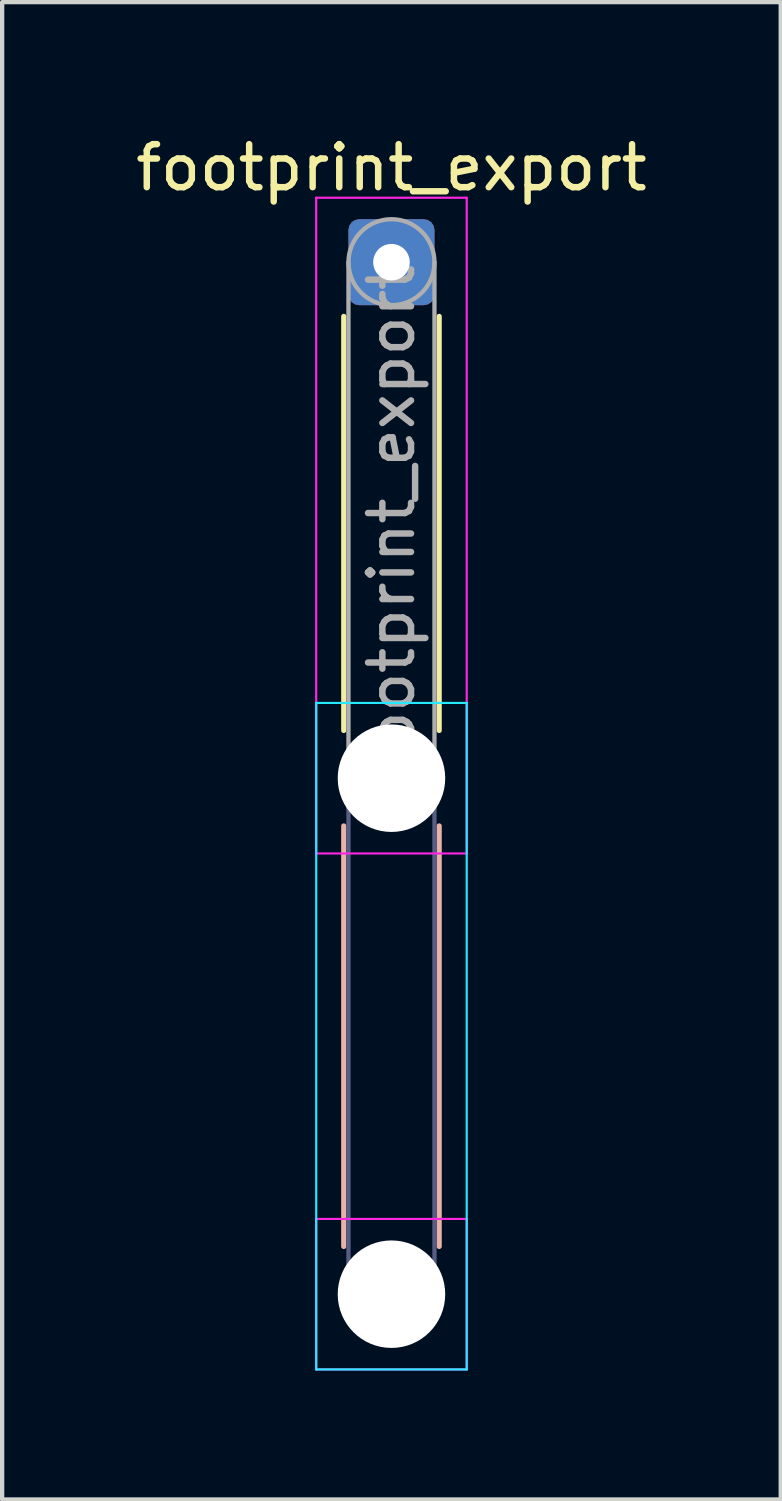
<source format=kicad_pcb>
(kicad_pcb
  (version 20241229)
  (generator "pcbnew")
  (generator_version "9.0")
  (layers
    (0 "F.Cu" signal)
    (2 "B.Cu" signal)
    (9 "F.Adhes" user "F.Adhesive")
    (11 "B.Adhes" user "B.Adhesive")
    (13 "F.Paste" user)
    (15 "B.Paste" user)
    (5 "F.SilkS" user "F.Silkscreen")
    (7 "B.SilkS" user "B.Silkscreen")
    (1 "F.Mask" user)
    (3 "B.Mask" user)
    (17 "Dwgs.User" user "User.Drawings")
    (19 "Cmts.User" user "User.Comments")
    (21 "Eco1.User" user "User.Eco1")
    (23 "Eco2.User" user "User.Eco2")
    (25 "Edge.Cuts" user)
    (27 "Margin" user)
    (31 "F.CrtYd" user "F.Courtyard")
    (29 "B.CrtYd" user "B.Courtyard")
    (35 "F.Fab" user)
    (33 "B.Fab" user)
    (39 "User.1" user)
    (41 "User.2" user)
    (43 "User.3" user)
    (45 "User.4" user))
  (footprint "footprint_export"
    (layer "F.Cu")
    (at 6.054 3.048)
    (property "Reference" "footprint_export" (at 0 -2.2 0) (layer "F.SilkS") (effects (font (size 1 1) (thickness 0.15))))
    (attr exclude_from_pos_files exclude_from_bom)
    (fp_line (start -1.11 1.26) (end -1.11 10.89) (stroke (width 0.12) (type solid)) (layer "F.SilkS"))
    (fp_line (start 1.11 1.26) (end 1.11 10.89) (stroke (width 0.12) (type solid)) (layer "F.SilkS"))
    (fp_line (start -1.11 13.11) (end -1.11 22.89) (stroke (width 0.12) (type solid)) (layer "B.SilkS"))
    (fp_line (start 1.11 13.11) (end 1.11 22.89) (stroke (width 0.12) (type solid)) (layer "B.SilkS"))
    (fp_line (start -1.75 10.25) (end -1.75 25.75) (stroke (width 0.05) (type solid)) (layer "B.CrtYd"))
    (fp_line (start -1.75 25.75) (end 1.75 25.75) (stroke (width 0.05) (type solid)) (layer "B.CrtYd"))
    (fp_line (start 1.75 10.25) (end -1.75 10.25) (stroke (width 0.05) (type solid)) (layer "B.CrtYd"))
    (fp_line (start 1.75 25.75) (end 1.75 10.25) (stroke (width 0.05) (type solid)) (layer "B.CrtYd"))
    (fp_line (start -1.75 -1.5) (end -1.75 13.75) (stroke (width 0.05) (type solid)) (layer "F.CrtYd"))
    (fp_line (start -1.75 13.75) (end 1.75 13.75) (stroke (width 0.05) (type solid)) (layer "F.CrtYd"))
    (fp_line (start -1.75 22.25) (end -1.75 25.75) (stroke (width 0.05) (type solid)) (layer "F.CrtYd"))
    (fp_line (start -1.75 25.75) (end 1.75 25.75) (stroke (width 0.05) (type solid)) (layer "F.CrtYd"))
    (fp_line (start 1.75 -1.5) (end -1.75 -1.5) (stroke (width 0.05) (type solid)) (layer "F.CrtYd"))
    (fp_line (start 1.75 13.75) (end 1.75 -1.5) (stroke (width 0.05) (type solid)) (layer "F.CrtYd"))
    (fp_line (start 1.75 22.25) (end -1.75 22.25) (stroke (width 0.05) (type solid)) (layer "F.CrtYd"))
    (fp_line (start 1.75 25.75) (end 1.75 22.25) (stroke (width 0.05) (type solid)) (layer "F.CrtYd"))
    (fp_line (start -1 12) (end -1 24) (stroke (width 0.1) (type solid)) (layer "B.Fab"))
    (fp_line (start 1 12) (end 1 24) (stroke (width 0.1) (type solid)) (layer "B.Fab"))
    (fp_circle (center 0 12) (end 1 12) (stroke (width 0.1) (type solid)) (fill no) (layer "B.Fab"))
    (fp_circle (center 0 24) (end 1 24) (stroke (width 0.1) (type solid)) (fill no) (layer "B.Fab"))
    (fp_line (start -1 0) (end -1 12) (stroke (width 0.1) (type solid)) (layer "F.Fab"))
    (fp_line (start 1 0) (end 1 12) (stroke (width 0.1) (type solid)) (layer "F.Fab"))
    (fp_circle (center 0 0) (end 1 0) (stroke (width 0.1) (type solid)) (fill no) (layer "F.Fab"))
    (fp_circle (center 0 12) (end 1 12) (stroke (width 0.1) (type solid)) (fill no) (layer "F.Fab"))
    (fp_circle (center 0 24) (end 1 24) (stroke (width 0.1) (type solid)) (fill no) (layer "F.Fab"))
    (fp_text user "${REFERENCE}" (at 0 6 90) (layer "F.Fab") (effects (font (size 1 1) (thickness 0.15))))
    (pad "" np_thru_hole circle (at 0 12) (size 2.5 2.5) (drill 2.5) (layers "*.Cu" "*.Mask"))
    (pad "" np_thru_hole circle (at 0 24) (size 2.5 2.5) (drill 2.5) (layers "*.Cu" "*.Mask"))
    (pad "1" thru_hole roundrect (at 0 0) (size 2 2) (drill 0.85) (layers "*.Cu" "*.Mask") (roundrect_rratio 0.125)))
  (gr_rect
    (start -3 -3)
    (end 15.107 31.823)
    (stroke (width 0.1) (type default))
    (fill no)
    (layer "Edge.Cuts")))
</source>
